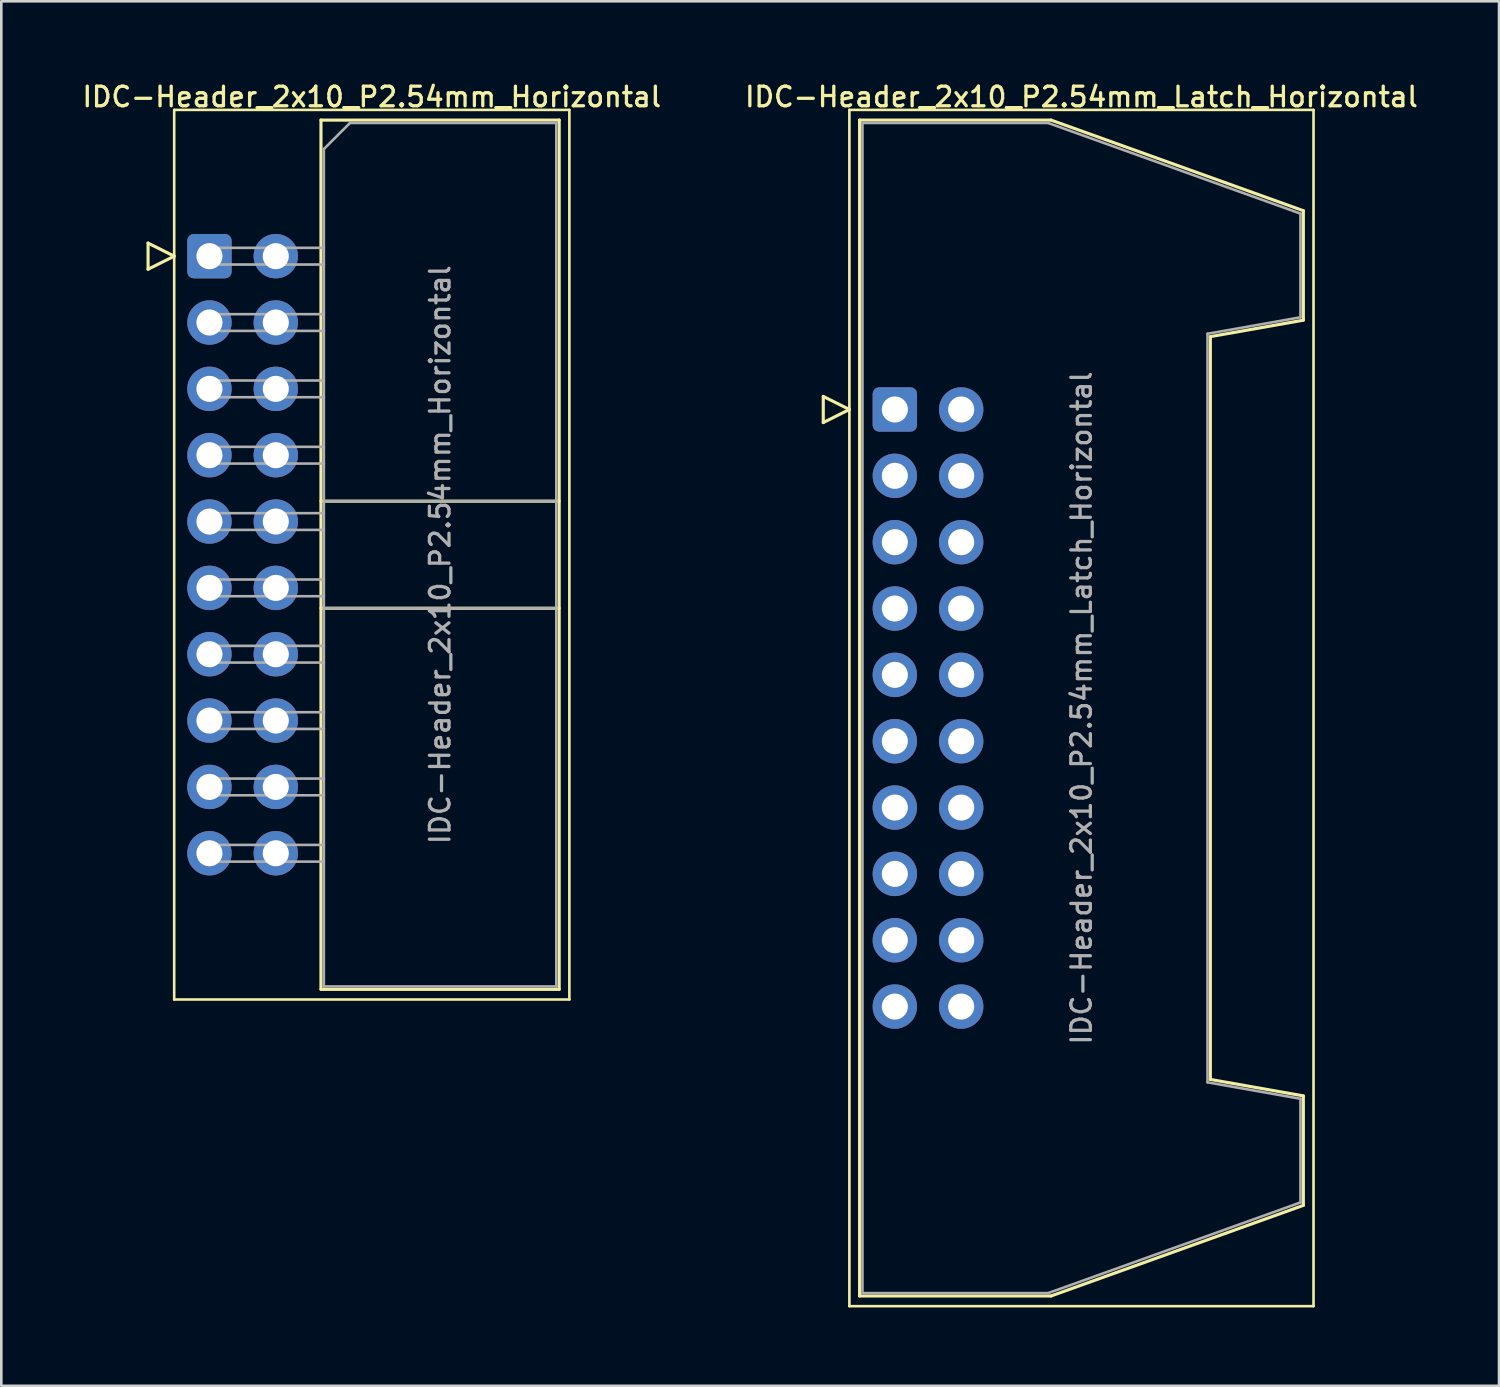
<source format=kicad_pcb>
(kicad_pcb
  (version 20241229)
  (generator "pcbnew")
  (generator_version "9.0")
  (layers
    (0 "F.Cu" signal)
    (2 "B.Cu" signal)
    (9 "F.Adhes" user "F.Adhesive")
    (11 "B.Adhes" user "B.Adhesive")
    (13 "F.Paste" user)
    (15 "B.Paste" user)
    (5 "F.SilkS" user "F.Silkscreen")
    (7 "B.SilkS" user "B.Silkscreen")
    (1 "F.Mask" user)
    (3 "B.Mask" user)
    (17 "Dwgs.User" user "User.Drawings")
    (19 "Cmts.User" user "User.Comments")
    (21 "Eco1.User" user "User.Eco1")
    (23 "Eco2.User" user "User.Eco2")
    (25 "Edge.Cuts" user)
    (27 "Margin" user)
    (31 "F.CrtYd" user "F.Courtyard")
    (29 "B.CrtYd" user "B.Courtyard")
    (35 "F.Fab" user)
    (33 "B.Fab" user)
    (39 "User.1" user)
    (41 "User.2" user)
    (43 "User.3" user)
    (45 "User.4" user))
  (footprint "IDC-Header_2x10_P2.54mm_Latch_Horizontal"
    (layer "F.Cu")
    (at 31.21 12.628)
    (property "Reference" "IDC-Header_2x10_P2.54mm_Latch_Horizontal" (at 7.145 -11.97 0) (layer "F.SilkS") (effects (font (size 0.75 0.75) (thickness 0.125))))
    (attr through_hole)
    (fp_line (start -2.74 -0.5) (end -2.74 0.5) (stroke (width 0.12) (type solid)) (layer "F.SilkS"))
    (fp_line (start -2.74 0.5) (end -1.74 0) (stroke (width 0.12) (type solid)) (layer "F.SilkS"))
    (fp_line (start -1.74 -11.47) (end -1.74 34.33) (stroke (width 0.1) (type solid)) (layer "F.SilkS"))
    (fp_line (start -1.74 0) (end -2.74 -0.5) (stroke (width 0.12) (type solid)) (layer "F.SilkS"))
    (fp_line (start -1.74 34.33) (end 16.03 34.33) (stroke (width 0.1) (type solid)) (layer "F.SilkS"))
    (fp_line (start -1.35 -11.08) (end 5.98 -11.08) (stroke (width 0.12) (type solid)) (layer "F.SilkS"))
    (fp_line (start -1.35 33.94) (end -1.35 -11.08) (stroke (width 0.12) (type solid)) (layer "F.SilkS"))
    (fp_line (start 5.98 -11.08) (end 15.64 -7.61) (stroke (width 0.12) (type solid)) (layer "F.SilkS"))
    (fp_line (start 5.98 33.94) (end -1.35 33.94) (stroke (width 0.12) (type solid)) (layer "F.SilkS"))
    (fp_line (start 12.08 -2.79) (end 12.08 25.65) (stroke (width 0.12) (type solid)) (layer "F.SilkS"))
    (fp_line (start 12.08 25.65) (end 15.64 26.28) (stroke (width 0.12) (type solid)) (layer "F.SilkS"))
    (fp_line (start 15.64 -7.61) (end 15.64 -3.42) (stroke (width 0.12) (type solid)) (layer "F.SilkS"))
    (fp_line (start 15.64 -3.42) (end 12.08 -2.79) (stroke (width 0.12) (type solid)) (layer "F.SilkS"))
    (fp_line (start 15.64 26.28) (end 15.64 30.47) (stroke (width 0.12) (type solid)) (layer "F.SilkS"))
    (fp_line (start 15.64 30.47) (end 5.98 33.94) (stroke (width 0.12) (type solid)) (layer "F.SilkS"))
    (fp_line (start 16.03 -11.47) (end -1.74 -11.47) (stroke (width 0.1) (type solid)) (layer "F.SilkS"))
    (fp_line (start 16.03 34.33) (end 16.03 -11.47) (stroke (width 0.1) (type solid)) (layer "F.SilkS"))
    (fp_line (start -1.24 -10.97) (end 5.87 -10.97) (stroke (width 0.1) (type solid)) (layer "F.Fab"))
    (fp_line (start -1.24 33.83) (end -1.24 -10.97) (stroke (width 0.1) (type solid)) (layer "F.Fab"))
    (fp_line (start 5.87 -10.97) (end 15.53 -7.5) (stroke (width 0.1) (type solid)) (layer "F.Fab"))
    (fp_line (start 5.87 33.83) (end -1.24 33.83) (stroke (width 0.1) (type solid)) (layer "F.Fab"))
    (fp_line (start 11.97 -2.9) (end 11.97 25.76) (stroke (width 0.1) (type solid)) (layer "F.Fab"))
    (fp_line (start 11.97 25.76) (end 15.53 26.39) (stroke (width 0.1) (type solid)) (layer "F.Fab"))
    (fp_line (start 15.53 -7.5) (end 15.53 -3.53) (stroke (width 0.1) (type solid)) (layer "F.Fab"))
    (fp_line (start 15.53 -3.53) (end 11.97 -2.9) (stroke (width 0.1) (type solid)) (layer "F.Fab"))
    (fp_line (start 15.53 26.39) (end 15.53 30.36) (stroke (width 0.1) (type solid)) (layer "F.Fab"))
    (fp_line (start 15.53 30.36) (end 5.87 33.83) (stroke (width 0.1) (type solid)) (layer "F.Fab"))
    (fp_text user "${REFERENCE}" (at 7.145 11.43 90) (layer "F.Fab") (effects (font (size 0.75 0.75) (thickness 0.125))))
    (pad "1" thru_hole roundrect (at 0 0) (size 1.7 1.7) (drill 1) (layers "*.Cu" "*.Mask") (roundrect_rratio 0.147))
    (pad "2" thru_hole circle (at 2.54 0) (size 1.7 1.7) (drill 1) (layers "*.Cu" "*.Mask"))
    (pad "3" thru_hole circle (at 0 2.54) (size 1.7 1.7) (drill 1) (layers "*.Cu" "*.Mask"))
    (pad "4" thru_hole circle (at 2.54 2.54) (size 1.7 1.7) (drill 1) (layers "*.Cu" "*.Mask"))
    (pad "5" thru_hole circle (at 0 5.08) (size 1.7 1.7) (drill 1) (layers "*.Cu" "*.Mask"))
    (pad "6" thru_hole circle (at 2.54 5.08) (size 1.7 1.7) (drill 1) (layers "*.Cu" "*.Mask"))
    (pad "7" thru_hole circle (at 0 7.62) (size 1.7 1.7) (drill 1) (layers "*.Cu" "*.Mask"))
    (pad "8" thru_hole circle (at 2.54 7.62) (size 1.7 1.7) (drill 1) (layers "*.Cu" "*.Mask"))
    (pad "9" thru_hole circle (at 0 10.16) (size 1.7 1.7) (drill 1) (layers "*.Cu" "*.Mask"))
    (pad "10" thru_hole circle (at 2.54 10.16) (size 1.7 1.7) (drill 1) (layers "*.Cu" "*.Mask"))
    (pad "11" thru_hole circle (at 0 12.7) (size 1.7 1.7) (drill 1) (layers "*.Cu" "*.Mask"))
    (pad "12" thru_hole circle (at 2.54 12.7) (size 1.7 1.7) (drill 1) (layers "*.Cu" "*.Mask"))
    (pad "13" thru_hole circle (at 0 15.24) (size 1.7 1.7) (drill 1) (layers "*.Cu" "*.Mask"))
    (pad "14" thru_hole circle (at 2.54 15.24) (size 1.7 1.7) (drill 1) (layers "*.Cu" "*.Mask"))
    (pad "15" thru_hole circle (at 0 17.78) (size 1.7 1.7) (drill 1) (layers "*.Cu" "*.Mask"))
    (pad "16" thru_hole circle (at 2.54 17.78) (size 1.7 1.7) (drill 1) (layers "*.Cu" "*.Mask"))
    (pad "17" thru_hole circle (at 0 20.32) (size 1.7 1.7) (drill 1) (layers "*.Cu" "*.Mask"))
    (pad "18" thru_hole circle (at 2.54 20.32) (size 1.7 1.7) (drill 1) (layers "*.Cu" "*.Mask"))
    (pad "19" thru_hole circle (at 0 22.86) (size 1.7 1.7) (drill 1) (layers "*.Cu" "*.Mask"))
    (pad "20" thru_hole circle (at 2.54 22.86) (size 1.7 1.7) (drill 1) (layers "*.Cu" "*.Mask")))
  (footprint "IDC-Header_2x10_P2.54mm_Horizontal"
    (layer "F.Cu")
    (at 4.969 6.758)
    (property "Reference" "IDC-Header_2x10_P2.54mm_Horizontal" (at 6.215 -6.1 0) (layer "F.SilkS") (effects (font (size 0.75 0.75) (thickness 0.125))))
    (attr through_hole)
    (fp_line (start -2.35 -0.5) (end -2.35 0.5) (stroke (width 0.12) (type solid)) (layer "F.SilkS"))
    (fp_line (start -2.35 0.5) (end -1.35 0) (stroke (width 0.12) (type solid)) (layer "F.SilkS"))
    (fp_line (start -1.35 -5.6) (end -1.35 28.46) (stroke (width 0.1) (type solid)) (layer "F.SilkS"))
    (fp_line (start -1.35 0) (end -2.35 -0.5) (stroke (width 0.12) (type solid)) (layer "F.SilkS"))
    (fp_line (start -1.35 28.46) (end 13.78 28.46) (stroke (width 0.1) (type solid)) (layer "F.SilkS"))
    (fp_line (start 4.27 -5.21) (end 13.39 -5.21) (stroke (width 0.12) (type solid)) (layer "F.SilkS"))
    (fp_line (start 4.27 9.38) (end 13.39 9.38) (stroke (width 0.12) (type solid)) (layer "F.SilkS"))
    (fp_line (start 4.27 13.48) (end 13.39 13.48) (stroke (width 0.12) (type solid)) (layer "F.SilkS"))
    (fp_line (start 4.27 28.07) (end 4.27 -5.21) (stroke (width 0.12) (type solid)) (layer "F.SilkS"))
    (fp_line (start 13.39 -5.21) (end 13.39 28.07) (stroke (width 0.12) (type solid)) (layer "F.SilkS"))
    (fp_line (start 13.39 28.07) (end 4.27 28.07) (stroke (width 0.12) (type solid)) (layer "F.SilkS"))
    (fp_line (start 13.78 -5.6) (end -1.35 -5.6) (stroke (width 0.1) (type solid)) (layer "F.SilkS"))
    (fp_line (start 13.78 28.46) (end 13.78 -5.6) (stroke (width 0.1) (type solid)) (layer "F.SilkS"))
    (fp_line (start -0.32 -0.32) (end -0.32 0.32) (stroke (width 0.1) (type solid)) (layer "F.Fab"))
    (fp_line (start -0.32 0.32) (end 4.38 0.32) (stroke (width 0.1) (type solid)) (layer "F.Fab"))
    (fp_line (start -0.32 2.22) (end -0.32 2.86) (stroke (width 0.1) (type solid)) (layer "F.Fab"))
    (fp_line (start -0.32 2.86) (end 4.38 2.86) (stroke (width 0.1) (type solid)) (layer "F.Fab"))
    (fp_line (start -0.32 4.76) (end -0.32 5.4) (stroke (width 0.1) (type solid)) (layer "F.Fab"))
    (fp_line (start -0.32 5.4) (end 4.38 5.4) (stroke (width 0.1) (type solid)) (layer "F.Fab"))
    (fp_line (start -0.32 7.3) (end -0.32 7.94) (stroke (width 0.1) (type solid)) (layer "F.Fab"))
    (fp_line (start -0.32 7.94) (end 4.38 7.94) (stroke (width 0.1) (type solid)) (layer "F.Fab"))
    (fp_line (start -0.32 9.84) (end -0.32 10.48) (stroke (width 0.1) (type solid)) (layer "F.Fab"))
    (fp_line (start -0.32 10.48) (end 4.38 10.48) (stroke (width 0.1) (type solid)) (layer "F.Fab"))
    (fp_line (start -0.32 12.38) (end -0.32 13.02) (stroke (width 0.1) (type solid)) (layer "F.Fab"))
    (fp_line (start -0.32 13.02) (end 4.38 13.02) (stroke (width 0.1) (type solid)) (layer "F.Fab"))
    (fp_line (start -0.32 14.92) (end -0.32 15.56) (stroke (width 0.1) (type solid)) (layer "F.Fab"))
    (fp_line (start -0.32 15.56) (end 4.38 15.56) (stroke (width 0.1) (type solid)) (layer "F.Fab"))
    (fp_line (start -0.32 17.46) (end -0.32 18.1) (stroke (width 0.1) (type solid)) (layer "F.Fab"))
    (fp_line (start -0.32 18.1) (end 4.38 18.1) (stroke (width 0.1) (type solid)) (layer "F.Fab"))
    (fp_line (start -0.32 20) (end -0.32 20.64) (stroke (width 0.1) (type solid)) (layer "F.Fab"))
    (fp_line (start -0.32 20.64) (end 4.38 20.64) (stroke (width 0.1) (type solid)) (layer "F.Fab"))
    (fp_line (start -0.32 22.54) (end -0.32 23.18) (stroke (width 0.1) (type solid)) (layer "F.Fab"))
    (fp_line (start -0.32 23.18) (end 4.38 23.18) (stroke (width 0.1) (type solid)) (layer "F.Fab"))
    (fp_line (start 4.38 -4.1) (end 5.38 -5.1) (stroke (width 0.1) (type solid)) (layer "F.Fab"))
    (fp_line (start 4.38 -0.32) (end -0.32 -0.32) (stroke (width 0.1) (type solid)) (layer "F.Fab"))
    (fp_line (start 4.38 2.22) (end -0.32 2.22) (stroke (width 0.1) (type solid)) (layer "F.Fab"))
    (fp_line (start 4.38 4.76) (end -0.32 4.76) (stroke (width 0.1) (type solid)) (layer "F.Fab"))
    (fp_line (start 4.38 7.3) (end -0.32 7.3) (stroke (width 0.1) (type solid)) (layer "F.Fab"))
    (fp_line (start 4.38 9.38) (end 13.28 9.38) (stroke (width 0.1) (type solid)) (layer "F.Fab"))
    (fp_line (start 4.38 9.84) (end -0.32 9.84) (stroke (width 0.1) (type solid)) (layer "F.Fab"))
    (fp_line (start 4.38 12.38) (end -0.32 12.38) (stroke (width 0.1) (type solid)) (layer "F.Fab"))
    (fp_line (start 4.38 13.48) (end 13.28 13.48) (stroke (width 0.1) (type solid)) (layer "F.Fab"))
    (fp_line (start 4.38 14.92) (end -0.32 14.92) (stroke (width 0.1) (type solid)) (layer "F.Fab"))
    (fp_line (start 4.38 17.46) (end -0.32 17.46) (stroke (width 0.1) (type solid)) (layer "F.Fab"))
    (fp_line (start 4.38 20) (end -0.32 20) (stroke (width 0.1) (type solid)) (layer "F.Fab"))
    (fp_line (start 4.38 22.54) (end -0.32 22.54) (stroke (width 0.1) (type solid)) (layer "F.Fab"))
    (fp_line (start 4.38 27.96) (end 4.38 -4.1) (stroke (width 0.1) (type solid)) (layer "F.Fab"))
    (fp_line (start 5.38 -5.1) (end 13.28 -5.1) (stroke (width 0.1) (type solid)) (layer "F.Fab"))
    (fp_line (start 13.28 -5.1) (end 13.28 27.96) (stroke (width 0.1) (type solid)) (layer "F.Fab"))
    (fp_line (start 13.28 27.96) (end 4.38 27.96) (stroke (width 0.1) (type solid)) (layer "F.Fab"))
    (fp_text user "${REFERENCE}" (at 8.83 11.43 90) (layer "F.Fab") (effects (font (size 0.75 0.75) (thickness 0.125))))
    (pad "1" thru_hole roundrect (at 0 0) (size 1.7 1.7) (drill 1) (layers "*.Cu" "*.Mask") (roundrect_rratio 0.147))
    (pad "2" thru_hole circle (at 2.54 0) (size 1.7 1.7) (drill 1) (layers "*.Cu" "*.Mask"))
    (pad "3" thru_hole circle (at 0 2.54) (size 1.7 1.7) (drill 1) (layers "*.Cu" "*.Mask"))
    (pad "4" thru_hole circle (at 2.54 2.54) (size 1.7 1.7) (drill 1) (layers "*.Cu" "*.Mask"))
    (pad "5" thru_hole circle (at 0 5.08) (size 1.7 1.7) (drill 1) (layers "*.Cu" "*.Mask"))
    (pad "6" thru_hole circle (at 2.54 5.08) (size 1.7 1.7) (drill 1) (layers "*.Cu" "*.Mask"))
    (pad "7" thru_hole circle (at 0 7.62) (size 1.7 1.7) (drill 1) (layers "*.Cu" "*.Mask"))
    (pad "8" thru_hole circle (at 2.54 7.62) (size 1.7 1.7) (drill 1) (layers "*.Cu" "*.Mask"))
    (pad "9" thru_hole circle (at 0 10.16) (size 1.7 1.7) (drill 1) (layers "*.Cu" "*.Mask"))
    (pad "10" thru_hole circle (at 2.54 10.16) (size 1.7 1.7) (drill 1) (layers "*.Cu" "*.Mask"))
    (pad "11" thru_hole circle (at 0 12.7) (size 1.7 1.7) (drill 1) (layers "*.Cu" "*.Mask"))
    (pad "12" thru_hole circle (at 2.54 12.7) (size 1.7 1.7) (drill 1) (layers "*.Cu" "*.Mask"))
    (pad "13" thru_hole circle (at 0 15.24) (size 1.7 1.7) (drill 1) (layers "*.Cu" "*.Mask"))
    (pad "14" thru_hole circle (at 2.54 15.24) (size 1.7 1.7) (drill 1) (layers "*.Cu" "*.Mask"))
    (pad "15" thru_hole circle (at 0 17.78) (size 1.7 1.7) (drill 1) (layers "*.Cu" "*.Mask"))
    (pad "16" thru_hole circle (at 2.54 17.78) (size 1.7 1.7) (drill 1) (layers "*.Cu" "*.Mask"))
    (pad "17" thru_hole circle (at 0 20.32) (size 1.7 1.7) (drill 1) (layers "*.Cu" "*.Mask"))
    (pad "18" thru_hole circle (at 2.54 20.32) (size 1.7 1.7) (drill 1) (layers "*.Cu" "*.Mask"))
    (pad "19" thru_hole circle (at 0 22.86) (size 1.7 1.7) (drill 1) (layers "*.Cu" "*.Mask"))
    (pad "20" thru_hole circle (at 2.54 22.86) (size 1.7 1.7) (drill 1) (layers "*.Cu" "*.Mask")))
  (gr_rect
    (start -3 -3)
    (end 54.343 50.008)
    (stroke (width 0.1) (type default))
    (fill no)
    (layer "Edge.Cuts")))
</source>
